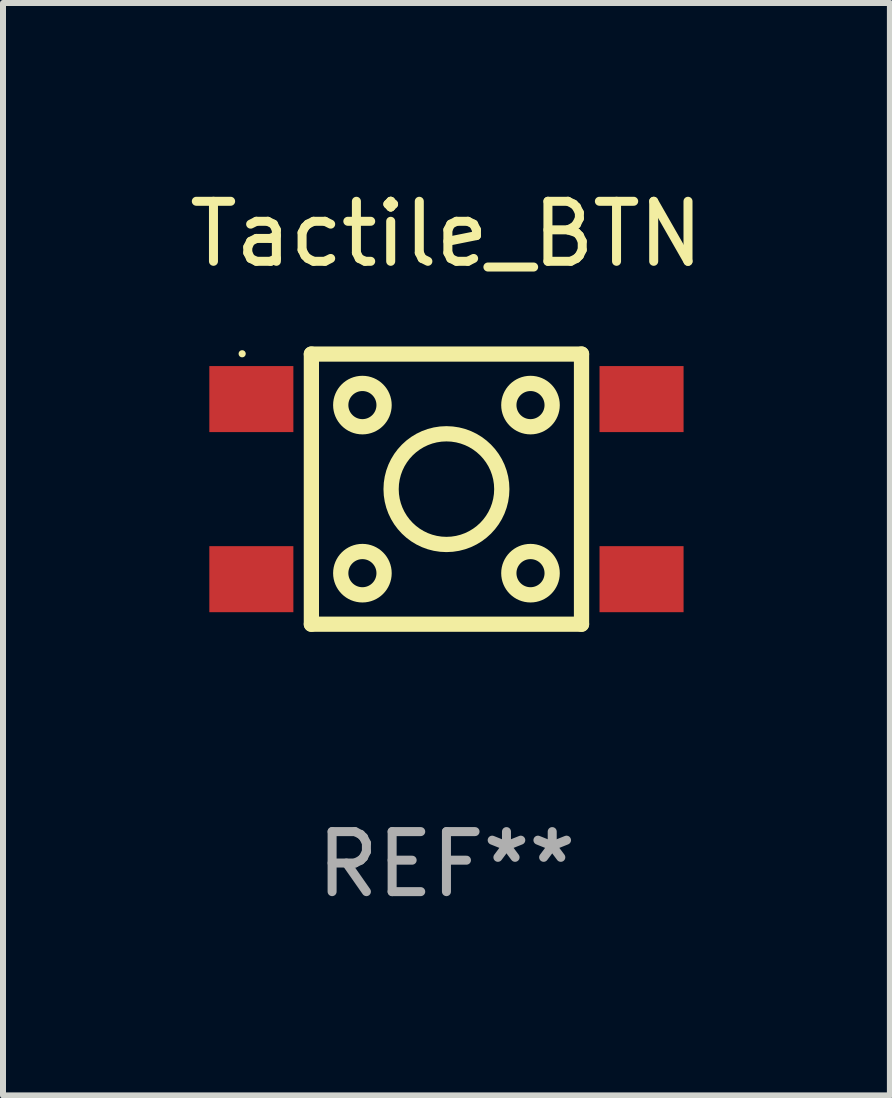
<source format=kicad_pcb>
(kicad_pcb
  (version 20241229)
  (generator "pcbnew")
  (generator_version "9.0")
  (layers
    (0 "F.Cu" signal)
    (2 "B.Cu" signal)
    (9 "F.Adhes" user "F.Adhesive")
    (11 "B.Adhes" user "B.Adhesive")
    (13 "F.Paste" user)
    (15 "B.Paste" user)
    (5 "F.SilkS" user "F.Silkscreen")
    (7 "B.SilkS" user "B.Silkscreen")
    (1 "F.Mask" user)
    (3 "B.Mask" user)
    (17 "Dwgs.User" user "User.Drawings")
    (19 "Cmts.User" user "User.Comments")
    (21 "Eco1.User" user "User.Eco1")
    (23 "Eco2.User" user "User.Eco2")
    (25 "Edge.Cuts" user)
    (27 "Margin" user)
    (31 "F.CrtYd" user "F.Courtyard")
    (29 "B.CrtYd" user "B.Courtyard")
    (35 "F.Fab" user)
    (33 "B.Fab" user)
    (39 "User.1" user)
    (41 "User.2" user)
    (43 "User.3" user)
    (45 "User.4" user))
  (footprint "Tactile_BTN"
    (layer "F.Cu")
    (at 4.387 5.098)
    (property "Reference" "Tactile_BTN" (at 0 -4.25 0) (layer "F.SilkS") (effects (font (size 1 1) (thickness 0.15))))
    (attr through_hole)
    (fp_line (start -2.25 -2.25) (end 2.25 -2.25) (stroke (width 0.254) (type solid)) (layer "F.SilkS"))
    (fp_line (start -2.25 2.25) (end -2.25 -2.25) (stroke (width 0.254) (type solid)) (layer "F.SilkS"))
    (fp_line (start 2.25 -2.25) (end 2.25 2.25) (stroke (width 0.254) (type solid)) (layer "F.SilkS"))
    (fp_line (start 2.25 2.25) (end -2.25 2.25) (stroke (width 0.254) (type solid)) (layer "F.SilkS"))
    (fp_circle (center -3.403 -2.255) (end -3.373 -2.255) (stroke (width 0.06) (type solid)) (fill no) (layer "F.SilkS"))
    (fp_circle (center -1.4 -1.4) (end -1.039 -1.4) (stroke (width 0.254) (type solid)) (fill no) (layer "F.SilkS"))
    (fp_circle (center -1.4 1.4) (end -1.039 1.4) (stroke (width 0.254) (type solid)) (fill no) (layer "F.SilkS"))
    (fp_circle (center 0 -0.000127) (end 0.922 -0.000127) (stroke (width 0.254) (type solid)) (fill no) (layer "F.SilkS"))
    (fp_circle (center 1.4 -1.4) (end 1.761 -1.4) (stroke (width 0.254) (type solid)) (fill no) (layer "F.SilkS"))
    (fp_circle (center 1.4 1.4) (end 1.761 1.4) (stroke (width 0.254) (type solid)) (fill no) (layer "F.SilkS"))
    (fp_text user "REF**" (at 0 6.25 0) (layer "F.Fab") (effects (font (size 1 1) (thickness 0.15))))
    (pad "1" smd rect (at -3.25 -1.5) (size 1.4 1.1) (layers "F.Cu" "F.Mask" "F.Paste"))
    (pad "2" smd rect (at 3.25 -1.5) (size 1.4 1.1) (layers "F.Cu" "F.Mask" "F.Paste"))
    (pad "3" smd rect (at -3.25 1.5) (size 1.4 1.1) (layers "F.Cu" "F.Mask" "F.Paste"))
    (pad "4" smd rect (at 3.25 1.5) (size 1.4 1.1) (layers "F.Cu" "F.Mask" "F.Paste")))
  (gr_rect
    (start -3 -3)
    (end 11.774 15.197)
    (stroke (width 0.1) (type default))
    (fill no)
    (layer "Edge.Cuts")))
</source>
